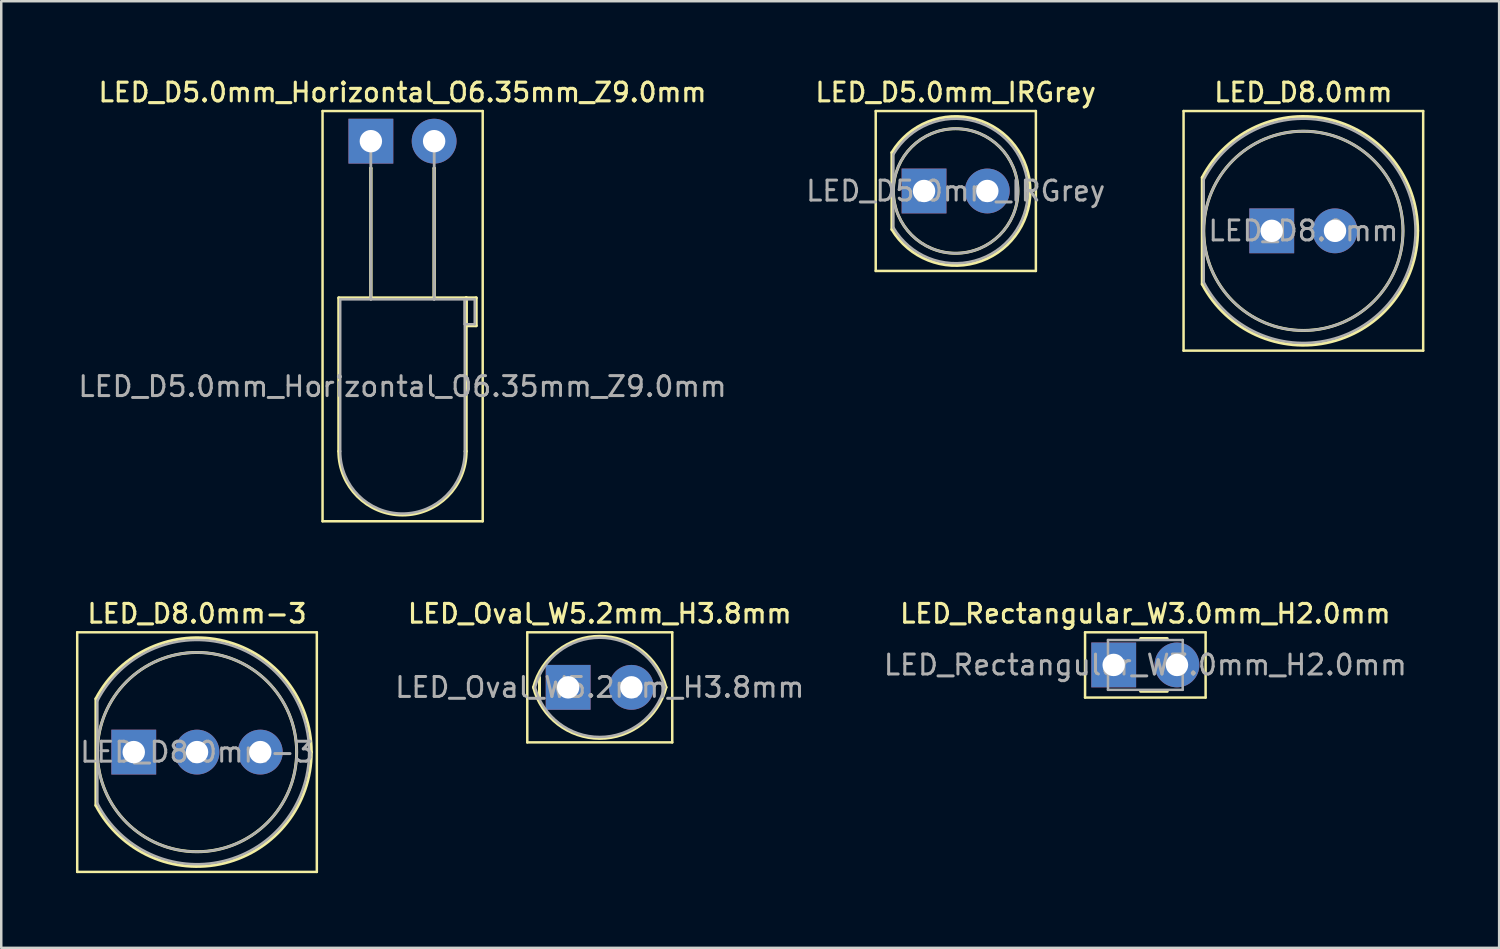
<source format=kicad_pcb>
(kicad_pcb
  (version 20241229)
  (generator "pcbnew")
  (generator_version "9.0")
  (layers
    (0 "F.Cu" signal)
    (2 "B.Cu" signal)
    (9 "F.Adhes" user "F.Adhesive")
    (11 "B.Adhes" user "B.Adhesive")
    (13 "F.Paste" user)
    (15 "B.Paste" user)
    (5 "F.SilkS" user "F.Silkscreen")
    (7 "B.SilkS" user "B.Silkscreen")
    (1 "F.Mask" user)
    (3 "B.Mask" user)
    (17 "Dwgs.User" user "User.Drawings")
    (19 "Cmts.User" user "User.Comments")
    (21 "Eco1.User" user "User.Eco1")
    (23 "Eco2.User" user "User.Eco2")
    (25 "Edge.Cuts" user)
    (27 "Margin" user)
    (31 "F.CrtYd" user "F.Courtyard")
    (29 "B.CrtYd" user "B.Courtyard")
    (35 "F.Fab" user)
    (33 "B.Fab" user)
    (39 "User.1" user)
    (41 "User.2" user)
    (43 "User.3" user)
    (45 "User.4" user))
  (footprint "LED_D5.0mm_IRGrey"
    (layer "F.Cu")
    (at 34.049 4.618)
    (property "Reference" "LED_D5.0mm_IRGrey" (at 1.27 -3.96 0) (layer "F.SilkS") (effects (font (size 0.75 0.75) (thickness 0.125))))
    (attr through_hole)
    (fp_line (start -1.94 -3.21) (end -1.94 3.21) (stroke (width 0.1) (type solid)) (layer "F.SilkS"))
    (fp_line (start -1.94 3.21) (end 4.49 3.21) (stroke (width 0.1) (type solid)) (layer "F.SilkS"))
    (fp_line (start -1.29 -1.545) (end -1.29 1.545) (stroke (width 0.12) (type solid)) (layer "F.SilkS"))
    (fp_line (start 4.49 -3.21) (end -1.94 -3.21) (stroke (width 0.1) (type solid)) (layer "F.SilkS"))
    (fp_line (start 4.49 3.21) (end 4.49 -3.21) (stroke (width 0.1) (type solid)) (layer "F.SilkS"))
    (fp_arc (start -1.29 -1.54483) (mid 2.071756 -2.880501) (end 4.26 -0.000048) (stroke (width 0.12) (type solid)) (layer "F.SilkS"))
    (fp_arc (start 4.26 0.000048) (mid 2.071756 2.880501) (end -1.29 1.54483) (stroke (width 0.12) (type solid)) (layer "F.SilkS"))
    (fp_circle (center 1.27 0) (end 3.77 0) (stroke (width 0.12) (type solid)) (fill no) (layer "F.SilkS"))
    (fp_line (start -1.23 -1.47) (end -1.23 1.47) (stroke (width 0.1) (type solid)) (layer "F.Fab"))
    (fp_arc (start -1.23 -1.469694) (mid 4.17 -0.000045) (end -1.229954 1.469772) (stroke (width 0.1) (type solid)) (layer "F.Fab"))
    (fp_circle (center 1.27 0) (end 3.77 0) (stroke (width 0.1) (type solid)) (fill no) (layer "F.Fab"))
    (fp_text user "${REFERENCE}" (at 1.27 0 0) (layer "F.Fab") (effects (font (size 0.8 0.8) (thickness 0.12))))
    (pad "1" thru_hole rect (at 0 0) (size 1.8 1.8) (drill 0.9) (layers "*.Cu" "*.Mask"))
    (pad "2" thru_hole circle (at 2.54 0) (size 1.8 1.8) (drill 0.9) (layers "*.Cu" "*.Mask")))
  (footprint "LED_D8.0mm-3"
    (layer "F.Cu")
    (at 2.32 27.146)
    (property "Reference" "LED_D8.0mm-3" (at 2.54 -5.56 0) (layer "F.SilkS") (effects (font (size 0.75 0.75) (thickness 0.125))))
    (attr through_hole)
    (fp_line (start -2.27 -4.81) (end -2.27 4.81) (stroke (width 0.1) (type solid)) (layer "F.SilkS"))
    (fp_line (start -2.27 4.81) (end 7.35 4.81) (stroke (width 0.1) (type solid)) (layer "F.SilkS"))
    (fp_line (start -1.52 -2.142) (end -1.52 2.142) (stroke (width 0.12) (type solid)) (layer "F.SilkS"))
    (fp_line (start 7.35 -4.81) (end -2.27 -4.81) (stroke (width 0.1) (type solid)) (layer "F.SilkS"))
    (fp_line (start 7.35 4.81) (end 7.35 -4.81) (stroke (width 0.1) (type solid)) (layer "F.SilkS"))
    (fp_arc (start -1.52 -2.141145) (mid 3.642851 -4.455538) (end 7.13 -0.000066) (stroke (width 0.12) (type solid)) (layer "F.SilkS"))
    (fp_arc (start 7.13 0.000066) (mid 3.642851 4.455538) (end -1.52 2.141145) (stroke (width 0.12) (type solid)) (layer "F.SilkS"))
    (fp_circle (center 2.54 0) (end 6.54 0) (stroke (width 0.12) (type solid)) (fill no) (layer "F.SilkS"))
    (fp_line (start -1.46 -2.062) (end -1.46 2.062) (stroke (width 0.1) (type solid)) (layer "F.Fab"))
    (fp_arc (start -1.46 -2.061553) (mid 7.04 -0.000063) (end -1.459942 2.061665) (stroke (width 0.1) (type solid)) (layer "F.Fab"))
    (fp_circle (center 2.54 0) (end 6.54 0) (stroke (width 0.1) (type solid)) (fill no) (layer "F.Fab"))
    (fp_text user "${REFERENCE}" (at 2.54 0 0) (layer "F.Fab") (effects (font (size 0.8 0.8) (thickness 0.12))))
    (pad "1" thru_hole rect (at 0 0) (size 1.8 1.8) (drill 0.9) (layers "*.Cu" "*.Mask"))
    (pad "2" thru_hole circle (at 2.54 0) (size 1.8 1.8) (drill 0.9) (layers "*.Cu" "*.Mask"))
    (pad "3" thru_hole circle (at 5.08 0) (size 1.8 1.8) (drill 0.9) (layers "*.Cu" "*.Mask")))
  (footprint "LED_Oval_W5.2mm_H3.8mm"
    (layer "F.Cu")
    (at 19.76 24.546)
    (property "Reference" "LED_Oval_W5.2mm_H3.8mm" (at 1.27 -2.96 0) (layer "F.SilkS") (effects (font (size 0.75 0.75) (thickness 0.125))))
    (attr through_hole)
    (fp_line (start -1.64 -2.21) (end -1.64 2.21) (stroke (width 0.1) (type solid)) (layer "F.SilkS"))
    (fp_line (start -1.64 2.21) (end 4.18 2.21) (stroke (width 0.1) (type solid)) (layer "F.SilkS"))
    (fp_line (start -1.15 -0.405) (end -1.15 0.405) (stroke (width 0.12) (type solid)) (layer "F.SilkS"))
    (fp_line (start 4.18 -2.21) (end -1.64 -2.21) (stroke (width 0.1) (type solid)) (layer "F.SilkS"))
    (fp_line (start 4.18 2.21) (end 4.18 -2.21) (stroke (width 0.1) (type solid)) (layer "F.SilkS"))
    (fp_arc (start -1.39 0) (mid 1.269979 -2.050564) (end 3.929989 -0.00004) (stroke (width 0.12) (type solid)) (layer "F.SilkS"))
    (fp_arc (start 3.929989 0.00004) (mid 1.269979 2.050564) (end -1.39 0) (stroke (width 0.12) (type solid)) (layer "F.SilkS"))
    (fp_arc (start -1.33 0) (mid 1.269979 -1.992582) (end 3.869989 -0.00004) (stroke (width 0.1) (type solid)) (layer "F.Fab"))
    (fp_arc (start 3.869989 0.00004) (mid 1.269979 1.992582) (end -1.33 0) (stroke (width 0.1) (type solid)) (layer "F.Fab"))
    (fp_text user "${REFERENCE}" (at 1.27 0 0) (layer "F.Fab") (effects (font (size 0.8 0.8) (thickness 0.12))))
    (pad "1" thru_hole rect (at 0 0) (size 1.8 1.8) (drill 0.9) (layers "*.Cu" "*.Mask"))
    (pad "2" thru_hole circle (at 2.54 0) (size 1.8 1.8) (drill 0.9) (layers "*.Cu" "*.Mask")))
  (footprint "LED_Rectangular_W3.0mm_H2.0mm"
    (layer "F.Cu")
    (at 41.664 23.646)
    (property "Reference" "LED_Rectangular_W3.0mm_H2.0mm" (at 1.27 -2.06 0) (layer "F.SilkS") (effects (font (size 0.75 0.75) (thickness 0.125))))
    (attr through_hole)
    (fp_line (start -1.15 -1.31) (end -1.15 1.31) (stroke (width 0.1) (type solid)) (layer "F.SilkS"))
    (fp_line (start -1.15 1.31) (end 3.69 1.31) (stroke (width 0.1) (type solid)) (layer "F.SilkS"))
    (fp_line (start 1.08 -1.06) (end 2.15 -1.06) (stroke (width 0.12) (type solid)) (layer "F.SilkS"))
    (fp_line (start 1.08 1.06) (end 2.15 1.06) (stroke (width 0.12) (type solid)) (layer "F.SilkS"))
    (fp_line (start 3.69 -1.31) (end -1.15 -1.31) (stroke (width 0.1) (type solid)) (layer "F.SilkS"))
    (fp_line (start 3.69 1.31) (end 3.69 -1.31) (stroke (width 0.1) (type solid)) (layer "F.SilkS"))
    (fp_line (start -0.23 -1) (end -0.23 1) (stroke (width 0.1) (type solid)) (layer "F.Fab"))
    (fp_line (start -0.23 1) (end 2.77 1) (stroke (width 0.1) (type solid)) (layer "F.Fab"))
    (fp_line (start 2.77 -1) (end -0.23 -1) (stroke (width 0.1) (type solid)) (layer "F.Fab"))
    (fp_line (start 2.77 1) (end 2.77 -1) (stroke (width 0.1) (type solid)) (layer "F.Fab"))
    (fp_text user "${REFERENCE}" (at 1.27 0 0) (layer "F.Fab") (effects (font (size 0.8 0.8) (thickness 0.12))))
    (pad "1" thru_hole rect (at 0 0) (size 1.8 1.8) (drill 0.9) (layers "*.Cu" "*.Mask"))
    (pad "2" thru_hole circle (at 2.54 0) (size 1.8 1.8) (drill 0.9) (layers "*.Cu" "*.Mask")))
  (footprint "LED_D8.0mm"
    (layer "F.Cu")
    (at 48.009 6.218)
    (property "Reference" "LED_D8.0mm" (at 1.27 -5.56 0) (layer "F.SilkS") (effects (font (size 0.75 0.75) (thickness 0.125))))
    (attr through_hole)
    (fp_line (start -3.54 -4.81) (end -3.54 4.81) (stroke (width 0.1) (type solid)) (layer "F.SilkS"))
    (fp_line (start -3.54 4.81) (end 6.08 4.81) (stroke (width 0.1) (type solid)) (layer "F.SilkS"))
    (fp_line (start -2.79 -2.142) (end -2.79 2.142) (stroke (width 0.12) (type solid)) (layer "F.SilkS"))
    (fp_line (start 6.08 -4.81) (end -3.54 -4.81) (stroke (width 0.1) (type solid)) (layer "F.SilkS"))
    (fp_line (start 6.08 4.81) (end 6.08 -4.81) (stroke (width 0.1) (type solid)) (layer "F.SilkS"))
    (fp_arc (start -2.79 -2.141145) (mid 2.372851 -4.455538) (end 5.86 -0.000066) (stroke (width 0.12) (type solid)) (layer "F.SilkS"))
    (fp_arc (start 5.86 0.000066) (mid 2.372851 4.455538) (end -2.79 2.141145) (stroke (width 0.12) (type solid)) (layer "F.SilkS"))
    (fp_circle (center 1.27 0) (end 5.27 0) (stroke (width 0.12) (type solid)) (fill no) (layer "F.SilkS"))
    (fp_line (start -2.73 -2.062) (end -2.73 2.062) (stroke (width 0.1) (type solid)) (layer "F.Fab"))
    (fp_arc (start -2.73 -2.061553) (mid 5.77 -0.000063) (end -2.729942 2.061665) (stroke (width 0.1) (type solid)) (layer "F.Fab"))
    (fp_circle (center 1.27 0) (end 5.27 0) (stroke (width 0.1) (type solid)) (fill no) (layer "F.Fab"))
    (fp_text user "${REFERENCE}" (at 1.27 0 0) (layer "F.Fab") (effects (font (size 0.8 0.8) (thickness 0.12))))
    (pad "1" thru_hole rect (at 0 0) (size 1.8 1.8) (drill 0.9) (layers "*.Cu" "*.Mask"))
    (pad "2" thru_hole circle (at 2.54 0) (size 1.8 1.8) (drill 0.9) (layers "*.Cu" "*.Mask")))
  (footprint "LED_D5.0mm_Horizontal_O6.35mm_Z9.0mm"
    (layer "F.Cu")
    (at 11.84 2.618)
    (property "Reference" "LED_D5.0mm_Horizontal_O6.35mm_Z9.0mm" (at 1.27 -1.96 0) (layer "F.SilkS") (effects (font (size 0.75 0.75) (thickness 0.125))))
    (attr through_hole)
    (fp_line (start -1.94 -1.21) (end -1.94 15.26) (stroke (width 0.1) (type solid)) (layer "F.SilkS"))
    (fp_line (start -1.94 15.26) (end 4.49 15.26) (stroke (width 0.1) (type solid)) (layer "F.SilkS"))
    (fp_line (start -1.29 6.29) (end -1.29 12.45) (stroke (width 0.12) (type solid)) (layer "F.SilkS"))
    (fp_line (start -1.29 6.29) (end 3.83 6.29) (stroke (width 0.12) (type solid)) (layer "F.SilkS"))
    (fp_line (start 0 1.08) (end 0 1.08) (stroke (width 0.12) (type solid)) (layer "F.SilkS"))
    (fp_line (start 0 1.08) (end 0 6.29) (stroke (width 0.12) (type solid)) (layer "F.SilkS"))
    (fp_line (start 0 6.29) (end 0 1.08) (stroke (width 0.12) (type solid)) (layer "F.SilkS"))
    (fp_line (start 0 6.29) (end 0 6.29) (stroke (width 0.12) (type solid)) (layer "F.SilkS"))
    (fp_line (start 2.54 1.08) (end 2.54 1.08) (stroke (width 0.12) (type solid)) (layer "F.SilkS"))
    (fp_line (start 2.54 1.08) (end 2.54 6.29) (stroke (width 0.12) (type solid)) (layer "F.SilkS"))
    (fp_line (start 2.54 6.29) (end 2.54 1.08) (stroke (width 0.12) (type solid)) (layer "F.SilkS"))
    (fp_line (start 2.54 6.29) (end 2.54 6.29) (stroke (width 0.12) (type solid)) (layer "F.SilkS"))
    (fp_line (start 3.83 6.29) (end 3.83 12.45) (stroke (width 0.12) (type solid)) (layer "F.SilkS"))
    (fp_line (start 3.83 6.29) (end 4.23 6.29) (stroke (width 0.12) (type solid)) (layer "F.SilkS"))
    (fp_line (start 3.83 7.41) (end 3.83 6.29) (stroke (width 0.12) (type solid)) (layer "F.SilkS"))
    (fp_line (start 4.23 6.29) (end 4.23 7.41) (stroke (width 0.12) (type solid)) (layer "F.SilkS"))
    (fp_line (start 4.23 7.41) (end 3.83 7.41) (stroke (width 0.12) (type solid)) (layer "F.SilkS"))
    (fp_line (start 4.49 -1.21) (end -1.94 -1.21) (stroke (width 0.1) (type solid)) (layer "F.SilkS"))
    (fp_line (start 4.49 15.26) (end 4.49 -1.21) (stroke (width 0.1) (type solid)) (layer "F.SilkS"))
    (fp_arc (start 3.83 12.45) (mid 1.27 15.01) (end -1.29 12.45) (stroke (width 0.12) (type solid)) (layer "F.SilkS"))
    (fp_line (start -1.23 6.35) (end -1.23 12.45) (stroke (width 0.1) (type solid)) (layer "F.Fab"))
    (fp_line (start -1.23 6.35) (end 3.77 6.35) (stroke (width 0.1) (type solid)) (layer "F.Fab"))
    (fp_line (start 0 0) (end 0 0) (stroke (width 0.1) (type solid)) (layer "F.Fab"))
    (fp_line (start 0 0) (end 0 6.35) (stroke (width 0.1) (type solid)) (layer "F.Fab"))
    (fp_line (start 0 6.35) (end 0 0) (stroke (width 0.1) (type solid)) (layer "F.Fab"))
    (fp_line (start 0 6.35) (end 0 6.35) (stroke (width 0.1) (type solid)) (layer "F.Fab"))
    (fp_line (start 2.54 0) (end 2.54 0) (stroke (width 0.1) (type solid)) (layer "F.Fab"))
    (fp_line (start 2.54 0) (end 2.54 6.35) (stroke (width 0.1) (type solid)) (layer "F.Fab"))
    (fp_line (start 2.54 6.35) (end 2.54 0) (stroke (width 0.1) (type solid)) (layer "F.Fab"))
    (fp_line (start 2.54 6.35) (end 2.54 6.35) (stroke (width 0.1) (type solid)) (layer "F.Fab"))
    (fp_line (start 3.77 6.35) (end 3.77 12.45) (stroke (width 0.1) (type solid)) (layer "F.Fab"))
    (fp_line (start 3.77 6.35) (end 4.17 6.35) (stroke (width 0.1) (type solid)) (layer "F.Fab"))
    (fp_line (start 3.77 7.35) (end 3.77 6.35) (stroke (width 0.1) (type solid)) (layer "F.Fab"))
    (fp_line (start 4.17 6.35) (end 4.17 7.35) (stroke (width 0.1) (type solid)) (layer "F.Fab"))
    (fp_line (start 4.17 7.35) (end 3.77 7.35) (stroke (width 0.1) (type solid)) (layer "F.Fab"))
    (fp_arc (start 3.77 12.45) (mid 1.27 14.95) (end -1.23 12.45) (stroke (width 0.1) (type solid)) (layer "F.Fab"))
    (fp_text user "${REFERENCE}" (at 1.27 9.85 0) (layer "F.Fab") (effects (font (size 0.8 0.8) (thickness 0.12))))
    (pad "1" thru_hole rect (at 0 0) (size 1.8 1.8) (drill 0.9) (layers "*.Cu" "*.Mask"))
    (pad "2" thru_hole circle (at 2.54 0) (size 1.8 1.8) (drill 0.9) (layers "*.Cu" "*.Mask")))
  (gr_rect
    (start -3 -3)
    (end 57.139 35.006)
    (stroke (width 0.1) (type default))
    (fill no)
    (layer "Edge.Cuts")))
</source>
